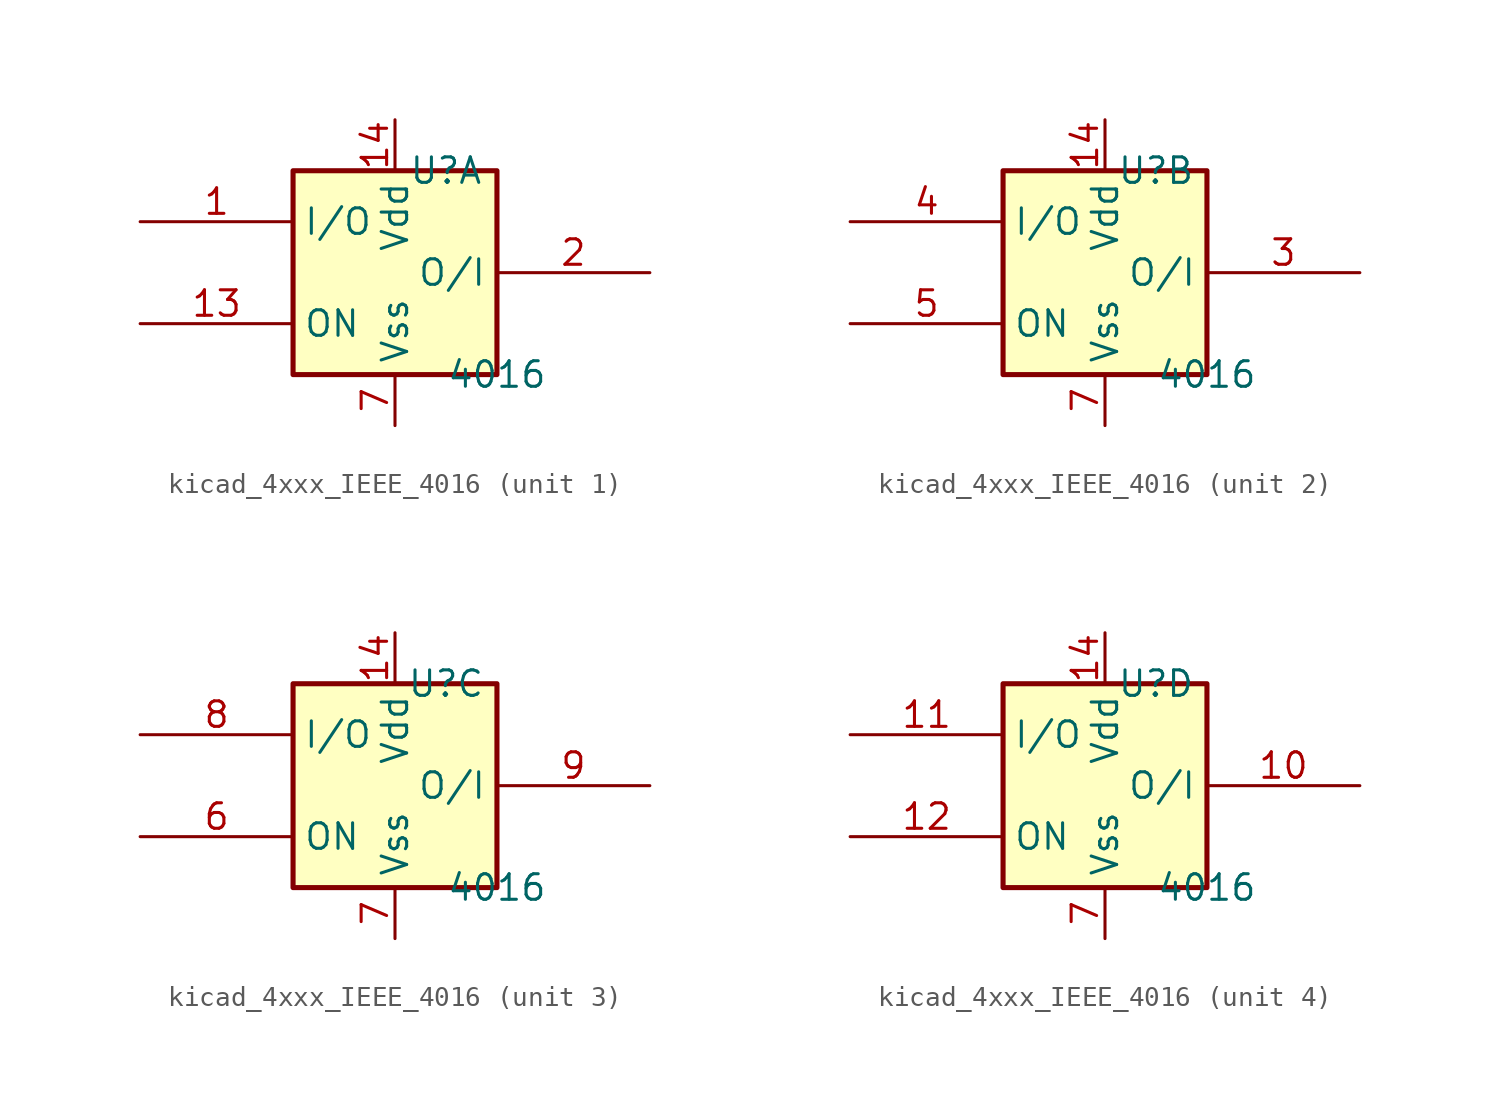
<source format=kicad_sym>
(kicad_symbol_lib
  (version 20220914)
  (generator kicad_symbol_editor)
  (symbol "kicad_4xxx_IEEE_4016"
    (property "Reference" "U"
      (at 2.54 5.08 0)
      (effects (font (size 1.27 1.27))))
    (property "Value" "4016"
      (at 5.08 -5.08 0)
      (effects (font (size 1.27 1.27))))
    (symbol "kicad_4xxx_IEEE_4016_0_1"
      (rectangle (start -5.08 5.08) (end 5.08 -5.08) (stroke (width 0.254) (type default)) (fill (type background)))
      (pin power_in line (at 0 7.62 270) (length 2.54) (name "Vdd" (effects (font (size 1.27 1.27)))) (number "14" (effects (font (size 1.27 1.27)))))
      (pin power_in line (at 0 -7.62 90) (length 2.54) (name "Vss" (effects (font (size 1.27 1.27)))) (number "7" (effects (font (size 1.27 1.27))))))
    (symbol "kicad_4xxx_IEEE_4016_1_1"
      (pin passive line (at -12.7 2.54 0) (length 7.62) (name "I/O" (effects (font (size 1.27 1.27)))) (number "1" (effects (font (size 1.27 1.27)))))
      (pin input line (at -12.7 -2.54 0) (length 7.62) (name "ON" (effects (font (size 1.27 1.27)))) (number "13" (effects (font (size 1.27 1.27)))))
      (pin passive line (at 12.7 0 180) (length 7.62) (name "O/I" (effects (font (size 1.27 1.27)))) (number "2" (effects (font (size 1.27 1.27))))))
    (symbol "kicad_4xxx_IEEE_4016_2_1"
      (pin passive line (at 12.7 0 180) (length 7.62) (name "O/I" (effects (font (size 1.27 1.27)))) (number "3" (effects (font (size 1.27 1.27)))))
      (pin passive line (at -12.7 2.54 0) (length 7.62) (name "I/O" (effects (font (size 1.27 1.27)))) (number "4" (effects (font (size 1.27 1.27)))))
      (pin input line (at -12.7 -2.54 0) (length 7.62) (name "ON" (effects (font (size 1.27 1.27)))) (number "5" (effects (font (size 1.27 1.27))))))
    (symbol "kicad_4xxx_IEEE_4016_3_1"
      (pin input line (at -12.7 -2.54 0) (length 7.62) (name "ON" (effects (font (size 1.27 1.27)))) (number "6" (effects (font (size 1.27 1.27)))))
      (pin passive line (at -12.7 2.54 0) (length 7.62) (name "I/O" (effects (font (size 1.27 1.27)))) (number "8" (effects (font (size 1.27 1.27)))))
      (pin passive line (at 12.7 0 180) (length 7.62) (name "O/I" (effects (font (size 1.27 1.27)))) (number "9" (effects (font (size 1.27 1.27))))))
    (symbol "kicad_4xxx_IEEE_4016_4_1"
      (pin passive line (at 12.7 0 180) (length 7.62) (name "O/I" (effects (font (size 1.27 1.27)))) (number "10" (effects (font (size 1.27 1.27)))))
      (pin passive line (at -12.7 2.54 0) (length 7.62) (name "I/O" (effects (font (size 1.27 1.27)))) (number "11" (effects (font (size 1.27 1.27)))))
      (pin input line (at -12.7 -2.54 0) (length 7.62) (name "ON" (effects (font (size 1.27 1.27)))) (number "12" (effects (font (size 1.27 1.27))))))))
</source>
